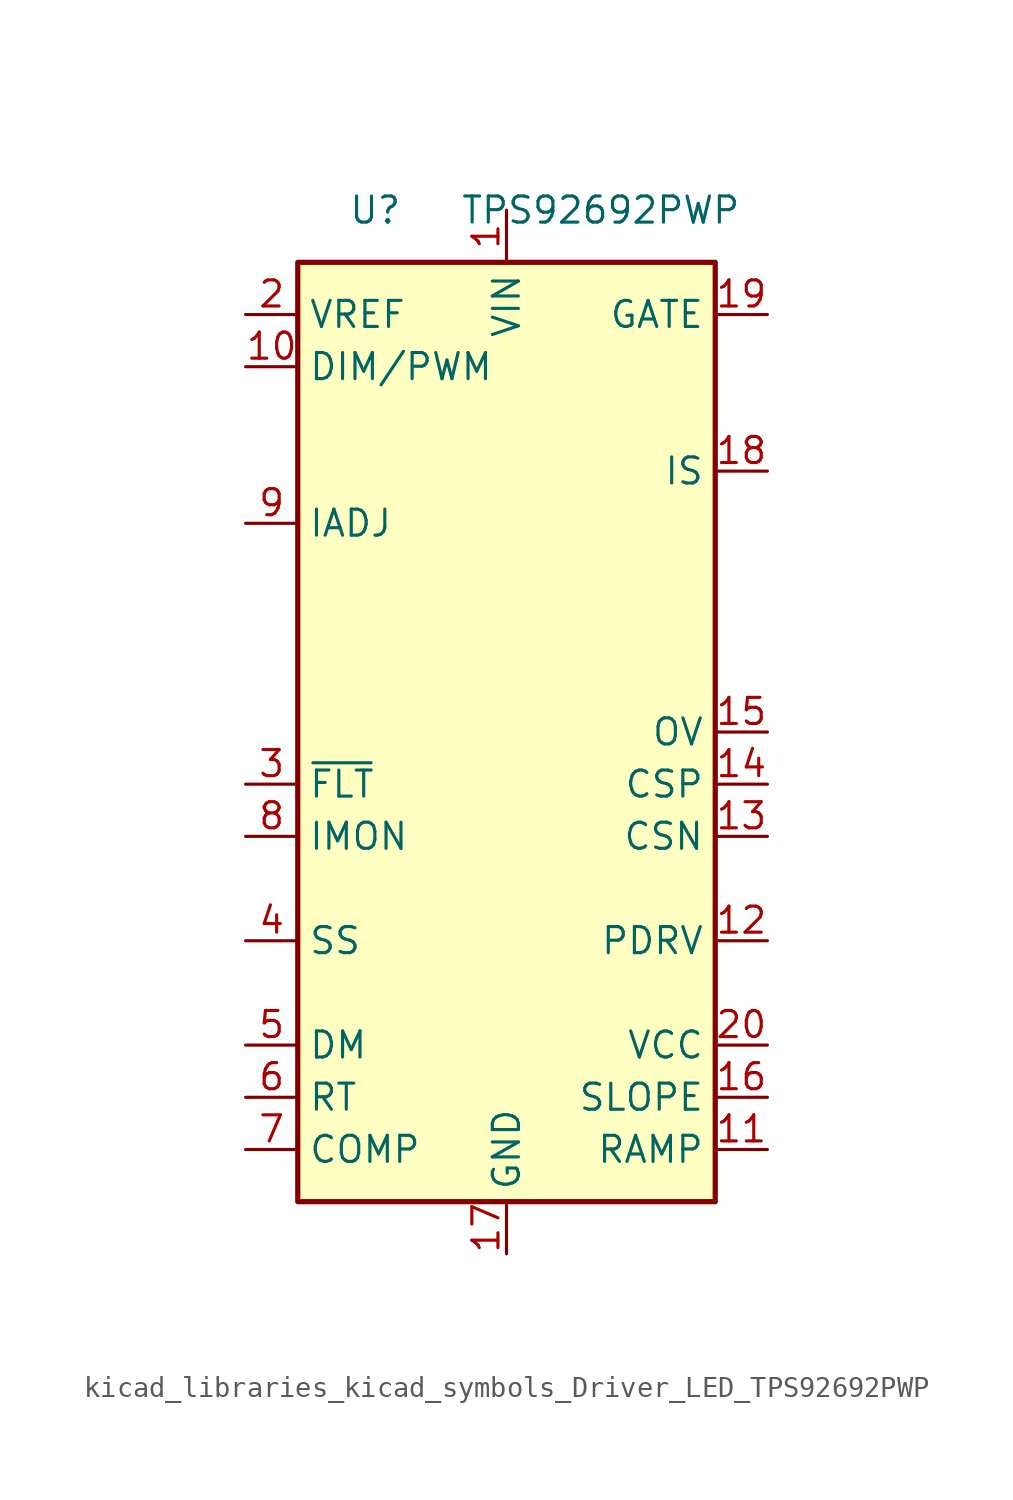
<source format=kicad_sym>
(kicad_symbol_lib
  (version 20220914)
  (generator kicad_symbol_editor)
  (symbol "kicad_libraries_kicad_symbols_Driver_LED_TPS92692PWP"
    (property "Reference" "U"
      (at -5.08 25.4 0)
      (effects (font (size 1.27 1.27)) (justify right)))
    (property "Value" "TPS92692PWP"
      (at 11.43 25.4 0)
      (effects (font (size 1.27 1.27)) (justify right)))
    (symbol "kicad_libraries_kicad_symbols_Driver_LED_TPS92692PWP_0_1"
      (rectangle (start -10.16 22.86) (end 10.16 -22.86) (stroke (width 0.254) (type default)) (fill (type background))))
    (symbol "kicad_libraries_kicad_symbols_Driver_LED_TPS92692PWP_1_1"
      (pin power_in line (at 0 25.4 270) (length 2.54) (name "VIN" (effects (font (size 1.27 1.27)))) (number "1" (effects (font (size 1.27 1.27)))))
      (pin input line (at -12.7 17.78 0) (length 2.54) (name "DIM/PWM" (effects (font (size 1.27 1.27)))) (number "10" (effects (font (size 1.27 1.27)))))
      (pin passive line (at 12.7 -20.32 180) (length 2.54) (name "RAMP" (effects (font (size 1.27 1.27)))) (number "11" (effects (font (size 1.27 1.27)))))
      (pin output line (at 12.7 -10.16 180) (length 2.54) (name "PDRV" (effects (font (size 1.27 1.27)))) (number "12" (effects (font (size 1.27 1.27)))))
      (pin input line (at 12.7 -5.08 180) (length 2.54) (name "CSN" (effects (font (size 1.27 1.27)))) (number "13" (effects (font (size 1.27 1.27)))))
      (pin input line (at 12.7 -2.54 180) (length 2.54) (name "CSP" (effects (font (size 1.27 1.27)))) (number "14" (effects (font (size 1.27 1.27)))))
      (pin input line (at 12.7 0 180) (length 2.54) (name "OV" (effects (font (size 1.27 1.27)))) (number "15" (effects (font (size 1.27 1.27)))))
      (pin passive line (at 12.7 -17.78 180) (length 2.54) (name "SLOPE" (effects (font (size 1.27 1.27)))) (number "16" (effects (font (size 1.27 1.27)))))
      (pin power_in line (at 0 -25.4 90) (length 2.54) (name "GND" (effects (font (size 1.27 1.27)))) (number "17" (effects (font (size 1.27 1.27)))))
      (pin input line (at 12.7 12.7 180) (length 2.54) (name "IS" (effects (font (size 1.27 1.27)))) (number "18" (effects (font (size 1.27 1.27)))))
      (pin output line (at 12.7 20.32 180) (length 2.54) (name "GATE" (effects (font (size 1.27 1.27)))) (number "19" (effects (font (size 1.27 1.27)))))
      (pin power_out line (at -12.7 20.32 0) (length 2.54) (name "VREF" (effects (font (size 1.27 1.27)))) (number "2" (effects (font (size 1.27 1.27)))))
      (pin power_out line (at 12.7 -15.24 180) (length 2.54) (name "VCC" (effects (font (size 1.27 1.27)))) (number "20" (effects (font (size 1.27 1.27)))))
      (pin passive line (at 0 -25.4 90) (length 2.54) hide (name "GND" (effects (font (size 1.27 1.27)))) (number "21" (effects (font (size 1.27 1.27)))))
      (pin open_collector line (at -12.7 -2.54 0) (length 2.54) (name "~{FLT}" (effects (font (size 1.27 1.27)))) (number "3" (effects (font (size 1.27 1.27)))))
      (pin passive line (at -12.7 -10.16 0) (length 2.54) (name "SS" (effects (font (size 1.27 1.27)))) (number "4" (effects (font (size 1.27 1.27)))))
      (pin passive line (at -12.7 -15.24 0) (length 2.54) (name "DM" (effects (font (size 1.27 1.27)))) (number "5" (effects (font (size 1.27 1.27)))))
      (pin passive line (at -12.7 -17.78 0) (length 2.54) (name "RT" (effects (font (size 1.27 1.27)))) (number "6" (effects (font (size 1.27 1.27)))))
      (pin passive line (at -12.7 -20.32 0) (length 2.54) (name "COMP" (effects (font (size 1.27 1.27)))) (number "7" (effects (font (size 1.27 1.27)))))
      (pin output line (at -12.7 -5.08 0) (length 2.54) (name "IMON" (effects (font (size 1.27 1.27)))) (number "8" (effects (font (size 1.27 1.27)))))
      (pin input line (at -12.7 10.16 0) (length 2.54) (name "IADJ" (effects (font (size 1.27 1.27)))) (number "9" (effects (font (size 1.27 1.27))))))))
</source>
